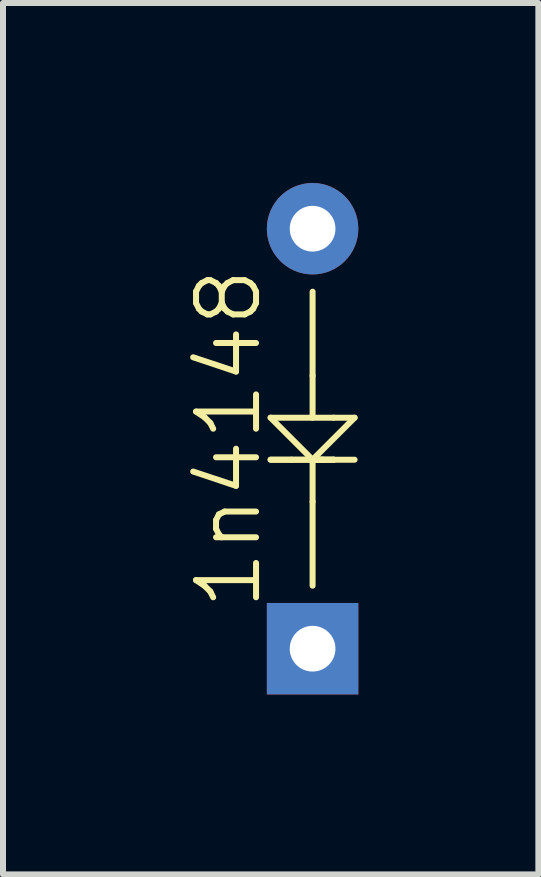
<source format=kicad_pcb>
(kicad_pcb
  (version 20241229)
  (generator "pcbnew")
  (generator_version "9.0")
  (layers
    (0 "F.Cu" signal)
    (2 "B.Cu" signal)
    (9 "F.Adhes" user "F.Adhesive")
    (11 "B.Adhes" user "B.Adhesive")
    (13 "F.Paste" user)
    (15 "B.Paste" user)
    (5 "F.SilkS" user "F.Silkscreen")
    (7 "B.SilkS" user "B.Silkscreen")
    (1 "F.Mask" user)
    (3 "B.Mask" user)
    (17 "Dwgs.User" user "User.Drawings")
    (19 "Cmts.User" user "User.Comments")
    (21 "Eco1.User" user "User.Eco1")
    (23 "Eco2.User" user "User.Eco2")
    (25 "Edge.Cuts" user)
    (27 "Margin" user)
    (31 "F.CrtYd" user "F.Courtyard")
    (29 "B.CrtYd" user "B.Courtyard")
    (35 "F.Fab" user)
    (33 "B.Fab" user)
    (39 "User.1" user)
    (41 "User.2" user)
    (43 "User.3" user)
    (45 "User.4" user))
  (footprint "1n4148"
    (layer "F.Cu")
    (at 2.51 4.612)
    (property "Reference" "1n4148" (at -1.75 -0.35 90) (unlocked yes) (layer "F.SilkS") (effects (font (size 1 1) (thickness 0.1))))
    (attr through_hole)
    (fp_line (start -1.05 -0.7) (end 0 -0.7) (stroke (width 0.1) (type default)) (layer "F.SilkS"))
    (fp_line (start -1.05 0) (end 0 0) (stroke (width 0.1) (type default)) (layer "F.SilkS"))
    (fp_line (start -0.7 0) (end -1.05 0) (stroke (width 0.1) (type default)) (layer "F.SilkS"))
    (fp_line (start -0.7 0) (end -0.175 0) (stroke (width 0.1) (type default)) (layer "F.SilkS"))
    (fp_line (start -0.35 -1.4) (end -0.35 -2.8) (stroke (width 0.1) (type default)) (layer "F.SilkS"))
    (fp_line (start -0.35 -0.7) (end -0.35 -1.4) (stroke (width 0.1) (type default)) (layer "F.SilkS"))
    (fp_line (start -0.35 0) (end -1.05 -0.7) (stroke (width 0.1) (type default)) (layer "F.SilkS"))
    (fp_line (start -0.35 0) (end -0.35 0.7) (stroke (width 0.1) (type default)) (layer "F.SilkS"))
    (fp_line (start -0.35 0) (end 0 0) (stroke (width 0.1) (type default)) (layer "F.SilkS"))
    (fp_line (start -0.35 0.7) (end -0.35 2.1) (stroke (width 0.1) (type default)) (layer "F.SilkS"))
    (fp_line (start 0 -0.7) (end 0.35 -0.7) (stroke (width 0.1) (type default)) (layer "F.SilkS"))
    (fp_line (start 0 0) (end -0.35 0) (stroke (width 0.1) (type default)) (layer "F.SilkS"))
    (fp_line (start 0.35 -0.7) (end -0.35 0) (stroke (width 0.1) (type default)) (layer "F.SilkS"))
    (fp_line (start 0.35 0) (end 0 0) (stroke (width 0.1) (type default)) (layer "F.SilkS"))
    (pad "1" thru_hole rect (at -0.35 3.15 90) (size 1.524 1.524) (drill 0.762) (layers "*.Cu" "*.Mask"))
    (pad "2" thru_hole circle (at -0.35 -3.85 90) (size 1.524 1.524) (drill 0.762) (layers "*.Cu" "*.Mask")))
  (gr_rect
    (start -3 -3)
    (end 5.923 11.524)
    (stroke (width 0.1) (type default))
    (fill no)
    (layer "Edge.Cuts")))
</source>
